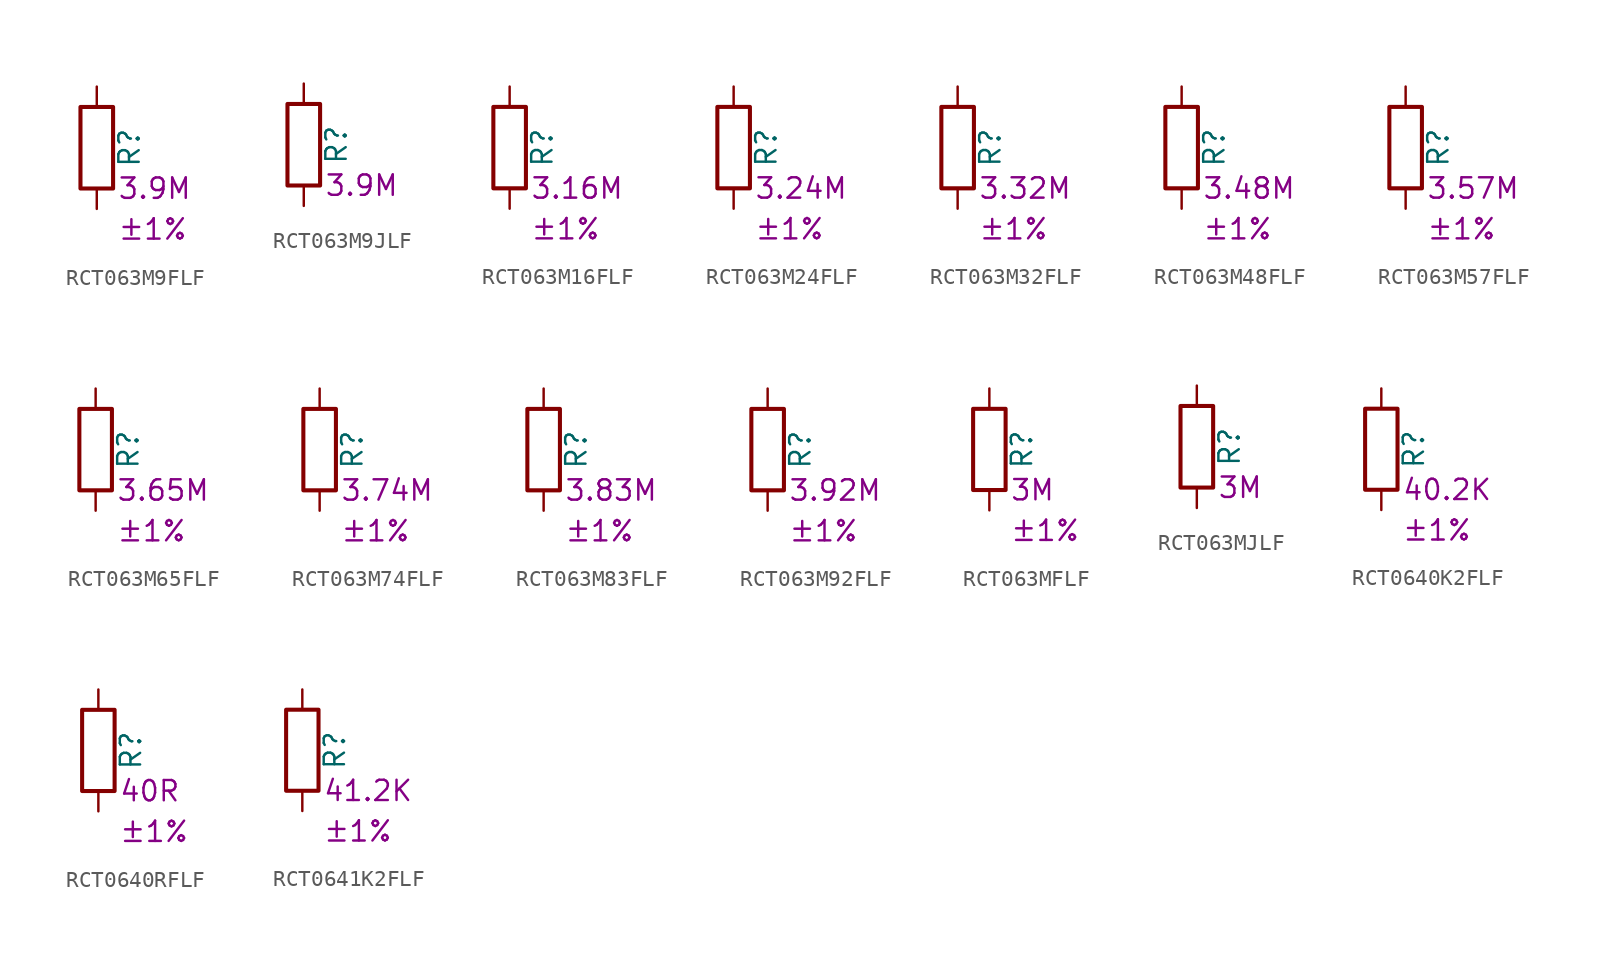
<source format=kicad_sym>
(kicad_symbol_lib
  (version 20220914)
  (generator kicad_symbol_editor)
  (symbol "RCT063M9FLF"
    (pin_numbers hide)
    (pin_names
      (offset 0))
    (property "Reference" "R"
      (at 2.032 0 90)
      (effects (font (size 1.27 1.27))))
    (property "Resistance" "3.9M"
      (at 1.27 -2.54 0)
      (effects (font (size 1.27 1.27)) (justify left)))
    (property "Tolerance" "±1%"
      (at 1.27 -5.08 0)
      (effects (font (size 1.27 1.27)) (justify left)))
    (symbol "RCT063M9FLF_0_1"
      (rectangle (start -1.016 -2.54) (end 1.016 2.54) (stroke (width 0.254) (type default)) (fill (type none))))
    (symbol "RCT063M9FLF_1_1"
      (pin passive line (at 0 3.81 270) (length 1.27) (name "~" (effects (font (size 1.27 1.27)))) (number "1" (effects (font (size 1.27 1.27)))))
      (pin passive line (at 0 -3.81 90) (length 1.27) (name "~" (effects (font (size 1.27 1.27)))) (number "2" (effects (font (size 1.27 1.27)))))))
  (symbol "RCT063M9JLF"
    (pin_numbers hide)
    (pin_names
      (offset 0))
    (property "Reference" "R"
      (at 2.032 0 90)
      (effects (font (size 1.27 1.27))))
    (property "Resistance" "3.9M"
      (at 1.27 -2.54 0)
      (effects (font (size 1.27 1.27)) (justify left)))
    (symbol "RCT063M9JLF_0_1"
      (rectangle (start -1.016 -2.54) (end 1.016 2.54) (stroke (width 0.254) (type default)) (fill (type none))))
    (symbol "RCT063M9JLF_1_1"
      (pin passive line (at 0 3.81 270) (length 1.27) (name "~" (effects (font (size 1.27 1.27)))) (number "1" (effects (font (size 1.27 1.27)))))
      (pin passive line (at 0 -3.81 90) (length 1.27) (name "~" (effects (font (size 1.27 1.27)))) (number "2" (effects (font (size 1.27 1.27)))))))
  (symbol "RCT063M16FLF"
    (pin_numbers hide)
    (pin_names
      (offset 0))
    (property "Reference" "R"
      (at 2.032 0 90)
      (effects (font (size 1.27 1.27))))
    (property "Resistance" "3.16M"
      (at 1.27 -2.54 0)
      (effects (font (size 1.27 1.27)) (justify left)))
    (property "Tolerance" "±1%"
      (at 1.27 -5.08 0)
      (effects (font (size 1.27 1.27)) (justify left)))
    (symbol "RCT063M16FLF_0_1"
      (rectangle (start -1.016 -2.54) (end 1.016 2.54) (stroke (width 0.254) (type default)) (fill (type none))))
    (symbol "RCT063M16FLF_1_1"
      (pin passive line (at 0 3.81 270) (length 1.27) (name "~" (effects (font (size 1.27 1.27)))) (number "1" (effects (font (size 1.27 1.27)))))
      (pin passive line (at 0 -3.81 90) (length 1.27) (name "~" (effects (font (size 1.27 1.27)))) (number "2" (effects (font (size 1.27 1.27)))))))
  (symbol "RCT063M24FLF"
    (pin_numbers hide)
    (pin_names
      (offset 0))
    (property "Reference" "R"
      (at 2.032 0 90)
      (effects (font (size 1.27 1.27))))
    (property "Resistance" "3.24M"
      (at 1.27 -2.54 0)
      (effects (font (size 1.27 1.27)) (justify left)))
    (property "Tolerance" "±1%"
      (at 1.27 -5.08 0)
      (effects (font (size 1.27 1.27)) (justify left)))
    (symbol "RCT063M24FLF_0_1"
      (rectangle (start -1.016 -2.54) (end 1.016 2.54) (stroke (width 0.254) (type default)) (fill (type none))))
    (symbol "RCT063M24FLF_1_1"
      (pin passive line (at 0 3.81 270) (length 1.27) (name "~" (effects (font (size 1.27 1.27)))) (number "1" (effects (font (size 1.27 1.27)))))
      (pin passive line (at 0 -3.81 90) (length 1.27) (name "~" (effects (font (size 1.27 1.27)))) (number "2" (effects (font (size 1.27 1.27)))))))
  (symbol "RCT063M32FLF"
    (pin_numbers hide)
    (pin_names
      (offset 0))
    (property "Reference" "R"
      (at 2.032 0 90)
      (effects (font (size 1.27 1.27))))
    (property "Resistance" "3.32M"
      (at 1.27 -2.54 0)
      (effects (font (size 1.27 1.27)) (justify left)))
    (property "Tolerance" "±1%"
      (at 1.27 -5.08 0)
      (effects (font (size 1.27 1.27)) (justify left)))
    (symbol "RCT063M32FLF_0_1"
      (rectangle (start -1.016 -2.54) (end 1.016 2.54) (stroke (width 0.254) (type default)) (fill (type none))))
    (symbol "RCT063M32FLF_1_1"
      (pin passive line (at 0 3.81 270) (length 1.27) (name "~" (effects (font (size 1.27 1.27)))) (number "1" (effects (font (size 1.27 1.27)))))
      (pin passive line (at 0 -3.81 90) (length 1.27) (name "~" (effects (font (size 1.27 1.27)))) (number "2" (effects (font (size 1.27 1.27)))))))
  (symbol "RCT063M48FLF"
    (pin_numbers hide)
    (pin_names
      (offset 0))
    (property "Reference" "R"
      (at 2.032 0 90)
      (effects (font (size 1.27 1.27))))
    (property "Resistance" "3.48M"
      (at 1.27 -2.54 0)
      (effects (font (size 1.27 1.27)) (justify left)))
    (property "Tolerance" "±1%"
      (at 1.27 -5.08 0)
      (effects (font (size 1.27 1.27)) (justify left)))
    (symbol "RCT063M48FLF_0_1"
      (rectangle (start -1.016 -2.54) (end 1.016 2.54) (stroke (width 0.254) (type default)) (fill (type none))))
    (symbol "RCT063M48FLF_1_1"
      (pin passive line (at 0 3.81 270) (length 1.27) (name "~" (effects (font (size 1.27 1.27)))) (number "1" (effects (font (size 1.27 1.27)))))
      (pin passive line (at 0 -3.81 90) (length 1.27) (name "~" (effects (font (size 1.27 1.27)))) (number "2" (effects (font (size 1.27 1.27)))))))
  (symbol "RCT063M57FLF"
    (pin_numbers hide)
    (pin_names
      (offset 0))
    (property "Reference" "R"
      (at 2.032 0 90)
      (effects (font (size 1.27 1.27))))
    (property "Resistance" "3.57M"
      (at 1.27 -2.54 0)
      (effects (font (size 1.27 1.27)) (justify left)))
    (property "Tolerance" "±1%"
      (at 1.27 -5.08 0)
      (effects (font (size 1.27 1.27)) (justify left)))
    (symbol "RCT063M57FLF_0_1"
      (rectangle (start -1.016 -2.54) (end 1.016 2.54) (stroke (width 0.254) (type default)) (fill (type none))))
    (symbol "RCT063M57FLF_1_1"
      (pin passive line (at 0 3.81 270) (length 1.27) (name "~" (effects (font (size 1.27 1.27)))) (number "1" (effects (font (size 1.27 1.27)))))
      (pin passive line (at 0 -3.81 90) (length 1.27) (name "~" (effects (font (size 1.27 1.27)))) (number "2" (effects (font (size 1.27 1.27)))))))
  (symbol "RCT063M65FLF"
    (pin_numbers hide)
    (pin_names
      (offset 0))
    (property "Reference" "R"
      (at 2.032 0 90)
      (effects (font (size 1.27 1.27))))
    (property "Resistance" "3.65M"
      (at 1.27 -2.54 0)
      (effects (font (size 1.27 1.27)) (justify left)))
    (property "Tolerance" "±1%"
      (at 1.27 -5.08 0)
      (effects (font (size 1.27 1.27)) (justify left)))
    (symbol "RCT063M65FLF_0_1"
      (rectangle (start -1.016 -2.54) (end 1.016 2.54) (stroke (width 0.254) (type default)) (fill (type none))))
    (symbol "RCT063M65FLF_1_1"
      (pin passive line (at 0 3.81 270) (length 1.27) (name "~" (effects (font (size 1.27 1.27)))) (number "1" (effects (font (size 1.27 1.27)))))
      (pin passive line (at 0 -3.81 90) (length 1.27) (name "~" (effects (font (size 1.27 1.27)))) (number "2" (effects (font (size 1.27 1.27)))))))
  (symbol "RCT063M74FLF"
    (pin_numbers hide)
    (pin_names
      (offset 0))
    (property "Reference" "R"
      (at 2.032 0 90)
      (effects (font (size 1.27 1.27))))
    (property "Resistance" "3.74M"
      (at 1.27 -2.54 0)
      (effects (font (size 1.27 1.27)) (justify left)))
    (property "Tolerance" "±1%"
      (at 1.27 -5.08 0)
      (effects (font (size 1.27 1.27)) (justify left)))
    (symbol "RCT063M74FLF_0_1"
      (rectangle (start -1.016 -2.54) (end 1.016 2.54) (stroke (width 0.254) (type default)) (fill (type none))))
    (symbol "RCT063M74FLF_1_1"
      (pin passive line (at 0 3.81 270) (length 1.27) (name "~" (effects (font (size 1.27 1.27)))) (number "1" (effects (font (size 1.27 1.27)))))
      (pin passive line (at 0 -3.81 90) (length 1.27) (name "~" (effects (font (size 1.27 1.27)))) (number "2" (effects (font (size 1.27 1.27)))))))
  (symbol "RCT063M83FLF"
    (pin_numbers hide)
    (pin_names
      (offset 0))
    (property "Reference" "R"
      (at 2.032 0 90)
      (effects (font (size 1.27 1.27))))
    (property "Resistance" "3.83M"
      (at 1.27 -2.54 0)
      (effects (font (size 1.27 1.27)) (justify left)))
    (property "Tolerance" "±1%"
      (at 1.27 -5.08 0)
      (effects (font (size 1.27 1.27)) (justify left)))
    (symbol "RCT063M83FLF_0_1"
      (rectangle (start -1.016 -2.54) (end 1.016 2.54) (stroke (width 0.254) (type default)) (fill (type none))))
    (symbol "RCT063M83FLF_1_1"
      (pin passive line (at 0 3.81 270) (length 1.27) (name "~" (effects (font (size 1.27 1.27)))) (number "1" (effects (font (size 1.27 1.27)))))
      (pin passive line (at 0 -3.81 90) (length 1.27) (name "~" (effects (font (size 1.27 1.27)))) (number "2" (effects (font (size 1.27 1.27)))))))
  (symbol "RCT063M92FLF"
    (pin_numbers hide)
    (pin_names
      (offset 0))
    (property "Reference" "R"
      (at 2.032 0 90)
      (effects (font (size 1.27 1.27))))
    (property "Resistance" "3.92M"
      (at 1.27 -2.54 0)
      (effects (font (size 1.27 1.27)) (justify left)))
    (property "Tolerance" "±1%"
      (at 1.27 -5.08 0)
      (effects (font (size 1.27 1.27)) (justify left)))
    (symbol "RCT063M92FLF_0_1"
      (rectangle (start -1.016 -2.54) (end 1.016 2.54) (stroke (width 0.254) (type default)) (fill (type none))))
    (symbol "RCT063M92FLF_1_1"
      (pin passive line (at 0 3.81 270) (length 1.27) (name "~" (effects (font (size 1.27 1.27)))) (number "1" (effects (font (size 1.27 1.27)))))
      (pin passive line (at 0 -3.81 90) (length 1.27) (name "~" (effects (font (size 1.27 1.27)))) (number "2" (effects (font (size 1.27 1.27)))))))
  (symbol "RCT063MFLF"
    (pin_numbers hide)
    (pin_names
      (offset 0))
    (property "Reference" "R"
      (at 2.032 0 90)
      (effects (font (size 1.27 1.27))))
    (property "Resistance" "3M"
      (at 1.27 -2.54 0)
      (effects (font (size 1.27 1.27)) (justify left)))
    (property "Tolerance" "±1%"
      (at 1.27 -5.08 0)
      (effects (font (size 1.27 1.27)) (justify left)))
    (symbol "RCT063MFLF_0_1"
      (rectangle (start -1.016 -2.54) (end 1.016 2.54) (stroke (width 0.254) (type default)) (fill (type none))))
    (symbol "RCT063MFLF_1_1"
      (pin passive line (at 0 3.81 270) (length 1.27) (name "~" (effects (font (size 1.27 1.27)))) (number "1" (effects (font (size 1.27 1.27)))))
      (pin passive line (at 0 -3.81 90) (length 1.27) (name "~" (effects (font (size 1.27 1.27)))) (number "2" (effects (font (size 1.27 1.27)))))))
  (symbol "RCT063MJLF"
    (pin_numbers hide)
    (pin_names
      (offset 0))
    (property "Reference" "R"
      (at 2.032 0 90)
      (effects (font (size 1.27 1.27))))
    (property "Resistance" "3M"
      (at 1.27 -2.54 0)
      (effects (font (size 1.27 1.27)) (justify left)))
    (symbol "RCT063MJLF_0_1"
      (rectangle (start -1.016 -2.54) (end 1.016 2.54) (stroke (width 0.254) (type default)) (fill (type none))))
    (symbol "RCT063MJLF_1_1"
      (pin passive line (at 0 3.81 270) (length 1.27) (name "~" (effects (font (size 1.27 1.27)))) (number "1" (effects (font (size 1.27 1.27)))))
      (pin passive line (at 0 -3.81 90) (length 1.27) (name "~" (effects (font (size 1.27 1.27)))) (number "2" (effects (font (size 1.27 1.27)))))))
  (symbol "RCT0640K2FLF"
    (pin_numbers hide)
    (pin_names
      (offset 0))
    (property "Reference" "R"
      (at 2.032 0 90)
      (effects (font (size 1.27 1.27))))
    (property "Resistance" "40.2K"
      (at 1.27 -2.54 0)
      (effects (font (size 1.27 1.27)) (justify left)))
    (property "Tolerance" "±1%"
      (at 1.27 -5.08 0)
      (effects (font (size 1.27 1.27)) (justify left)))
    (symbol "RCT0640K2FLF_0_1"
      (rectangle (start -1.016 -2.54) (end 1.016 2.54) (stroke (width 0.254) (type default)) (fill (type none))))
    (symbol "RCT0640K2FLF_1_1"
      (pin passive line (at 0 3.81 270) (length 1.27) (name "~" (effects (font (size 1.27 1.27)))) (number "1" (effects (font (size 1.27 1.27)))))
      (pin passive line (at 0 -3.81 90) (length 1.27) (name "~" (effects (font (size 1.27 1.27)))) (number "2" (effects (font (size 1.27 1.27)))))))
  (symbol "RCT0640RFLF"
    (pin_numbers hide)
    (pin_names
      (offset 0))
    (property "Reference" "R"
      (at 2.032 0 90)
      (effects (font (size 1.27 1.27))))
    (property "Resistance" "40R"
      (at 1.27 -2.54 0)
      (effects (font (size 1.27 1.27)) (justify left)))
    (property "Tolerance" "±1%"
      (at 1.27 -5.08 0)
      (effects (font (size 1.27 1.27)) (justify left)))
    (symbol "RCT0640RFLF_0_1"
      (rectangle (start -1.016 -2.54) (end 1.016 2.54) (stroke (width 0.254) (type default)) (fill (type none))))
    (symbol "RCT0640RFLF_1_1"
      (pin passive line (at 0 3.81 270) (length 1.27) (name "~" (effects (font (size 1.27 1.27)))) (number "1" (effects (font (size 1.27 1.27)))))
      (pin passive line (at 0 -3.81 90) (length 1.27) (name "~" (effects (font (size 1.27 1.27)))) (number "2" (effects (font (size 1.27 1.27)))))))
  (symbol "RCT0641K2FLF"
    (pin_numbers hide)
    (pin_names
      (offset 0))
    (property "Reference" "R"
      (at 2.032 0 90)
      (effects (font (size 1.27 1.27))))
    (property "Resistance" "41.2K"
      (at 1.27 -2.54 0)
      (effects (font (size 1.27 1.27)) (justify left)))
    (property "Tolerance" "±1%"
      (at 1.27 -5.08 0)
      (effects (font (size 1.27 1.27)) (justify left)))
    (symbol "RCT0641K2FLF_0_1"
      (rectangle (start -1.016 -2.54) (end 1.016 2.54) (stroke (width 0.254) (type default)) (fill (type none))))
    (symbol "RCT0641K2FLF_1_1"
      (pin passive line (at 0 3.81 270) (length 1.27) (name "~" (effects (font (size 1.27 1.27)))) (number "1" (effects (font (size 1.27 1.27)))))
      (pin passive line (at 0 -3.81 90) (length 1.27) (name "~" (effects (font (size 1.27 1.27)))) (number "2" (effects (font (size 1.27 1.27))))))))
</source>
